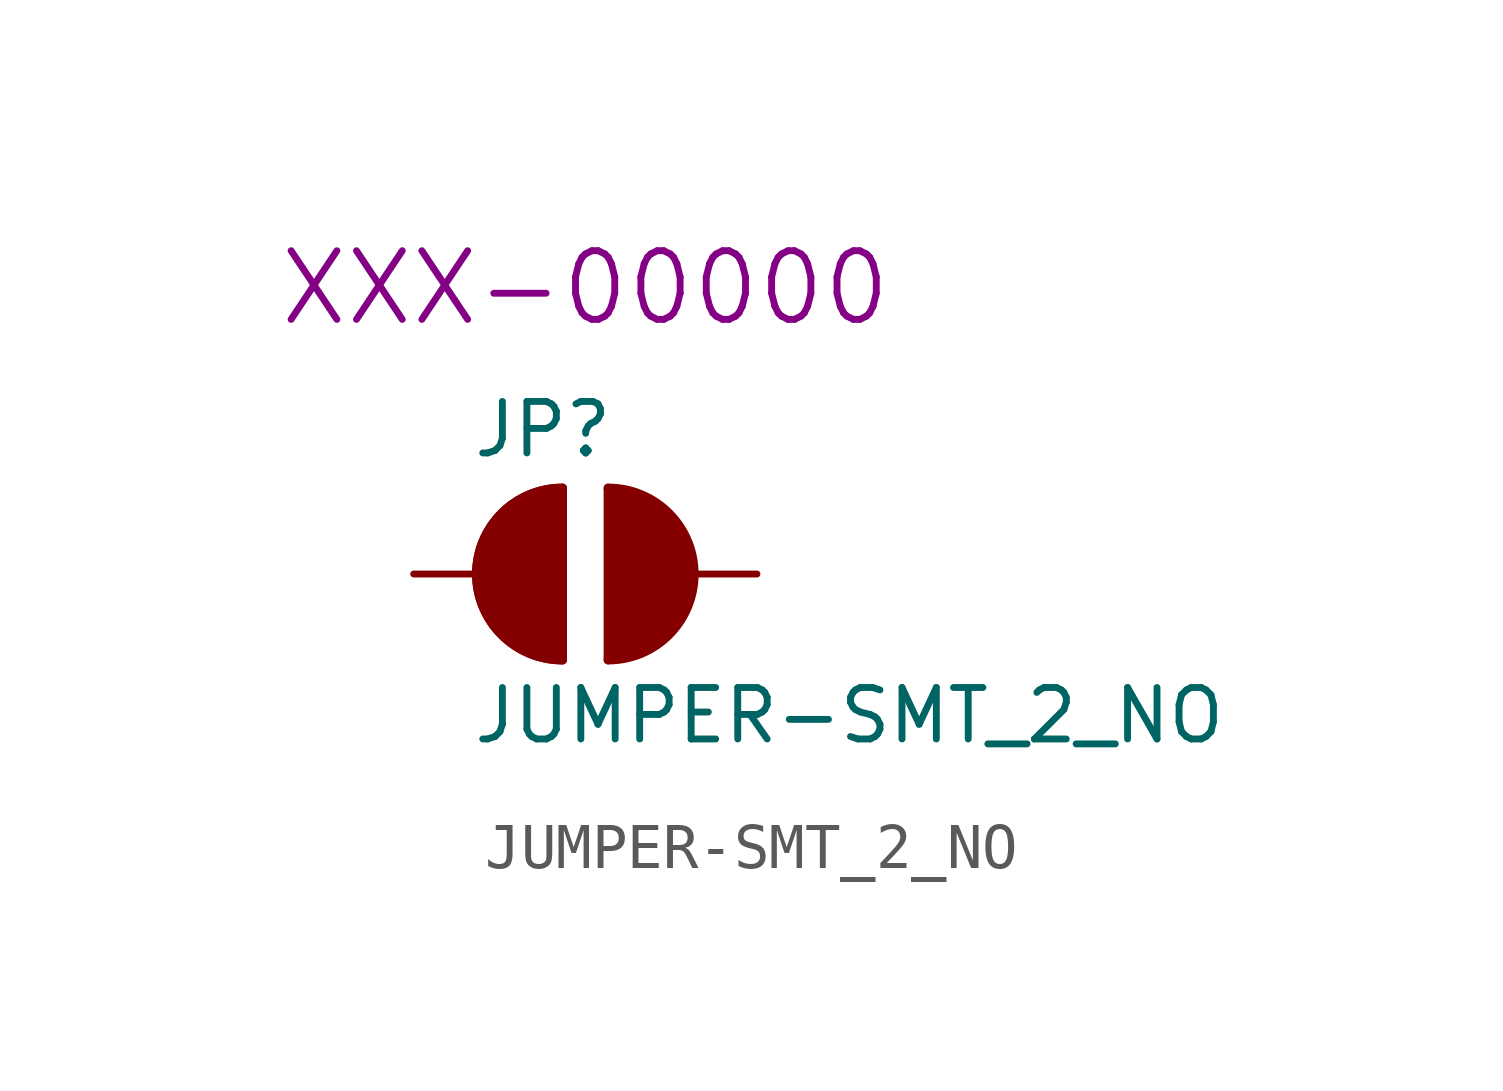
<source format=kicad_sym>
(kicad_symbol_lib
  (version 20220914)
  (generator kicad_symbol_editor)
  (symbol "JUMPER-SMT_2_NO"
    (pin_numbers hide)
    (pin_names
      (offset 1.016) hide)
    (property "Reference" "JP"
      (at -2.54 2.54 0)
      (effects (font (size 1.143 1.143)) (justify left bottom)))
    (property "Value" "JUMPER-SMT_2_NO"
      (at -2.54 -3.81 0)
      (effects (font (size 1.143 1.143)) (justify left bottom)))
    (property "PROD_ID" "XXX-00000"
      (at 0 6.35 0)
      (effects (font (size 1.524 1.524))))
    (property "ki_locked" ""
      (at 0 0 0)
      (effects (font (size 1.27 1.27))))
    (symbol "JUMPER-SMT_2_NO_0_1"
      (arc (start -0.508 1.905) (mid -2.4047 0) (end -0.508 -1.905) (stroke (width 0.2032) (type solid)) (fill (type none)))
      (arc (start -0.508 1.905) (mid -2.4047 0) (end -0.508 -1.905) (stroke (width 0.2032) (type solid)) (fill (type outline)))
      (polyline (pts (xy -0.508 1.905) (xy -0.508 -1.905)) (stroke (width 0.203) (type solid)) (fill (type none)))
      (polyline (pts (xy 0.508 1.905) (xy 0.508 -1.905)) (stroke (width 0.203) (type solid)) (fill (type none)))
      (arc (start 0.508 -1.905) (mid 2.4047 0) (end 0.508 1.905) (stroke (width 0) (type solid)) (fill (type outline)))
      (arc (start 0.508 -1.905) (mid 2.4047 0) (end 0.508 1.905) (stroke (width 0.2032) (type solid)) (fill (type none))))
    (symbol "JUMPER-SMT_2_NO_1_1"
      (pin passive line (at -3.81 0 0) (length 2.54) (name "1" (effects (font (size 1.016 1.016)))) (number "1" (effects (font (size 1.016 1.016)))))
      (pin passive line (at 3.81 0 180) (length 2.54) (name "2" (effects (font (size 1.016 1.016)))) (number "2" (effects (font (size 1.016 1.016))))))))
</source>
